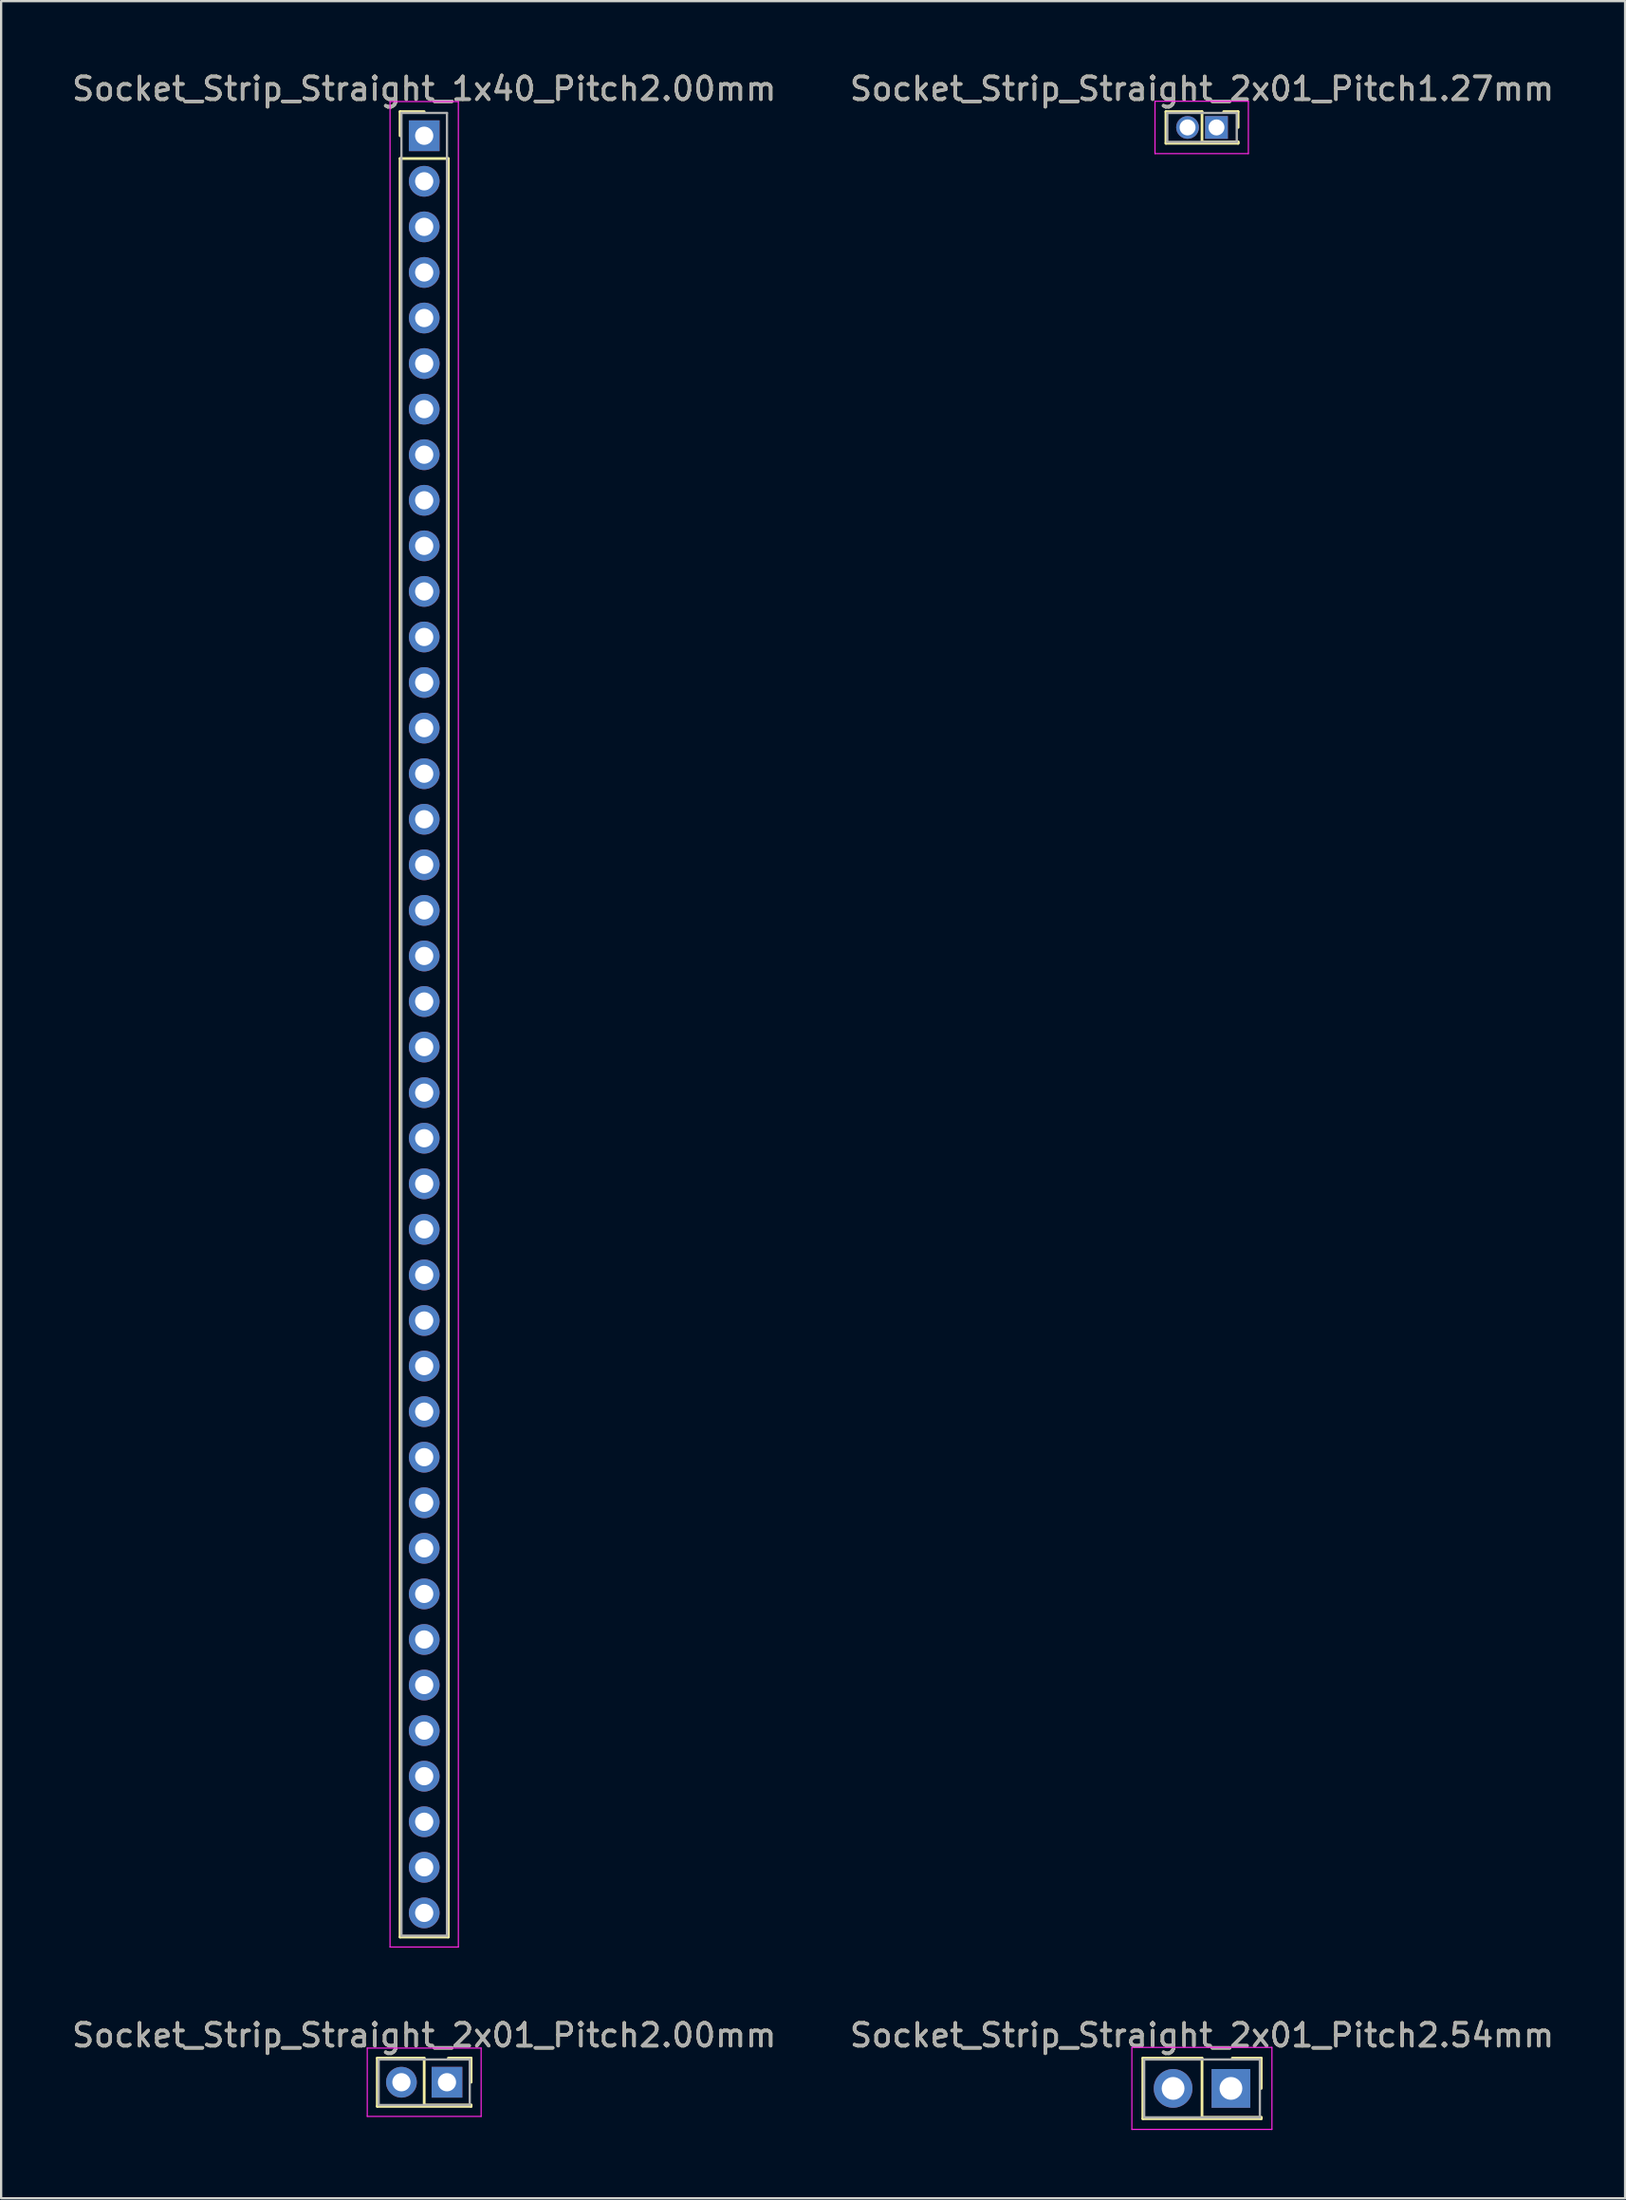
<source format=kicad_pcb>
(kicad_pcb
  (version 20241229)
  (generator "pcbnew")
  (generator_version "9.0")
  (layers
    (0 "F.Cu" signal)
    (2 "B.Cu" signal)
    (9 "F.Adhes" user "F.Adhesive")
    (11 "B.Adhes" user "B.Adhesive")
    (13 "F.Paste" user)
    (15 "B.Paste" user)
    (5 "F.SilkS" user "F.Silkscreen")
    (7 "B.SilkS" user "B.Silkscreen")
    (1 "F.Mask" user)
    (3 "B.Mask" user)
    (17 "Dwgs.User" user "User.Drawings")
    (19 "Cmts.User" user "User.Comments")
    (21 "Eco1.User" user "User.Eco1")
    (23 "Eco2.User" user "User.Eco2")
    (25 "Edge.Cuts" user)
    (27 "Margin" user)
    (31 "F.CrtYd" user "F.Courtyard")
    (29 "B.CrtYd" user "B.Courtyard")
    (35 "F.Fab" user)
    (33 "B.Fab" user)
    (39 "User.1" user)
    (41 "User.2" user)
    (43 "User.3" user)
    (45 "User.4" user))
  (footprint "Socket_Strip_Straight_2x01_Pitch2.00mm"
    (layer "F.Cu")
    (at 16.577 88.341)
    (property "Reference" "Socket_Strip_Straight_2x01_Pitch2.00mm" (at -1 -2.06 0) (layer "F.SilkS") (effects (font (size 1 1) (thickness 0.15))))
    (attr through_hole)
    (fp_line (start -3.06 -1.06) (end -1 -1.06) (stroke (width 0.12) (type solid)) (layer "F.SilkS"))
    (fp_line (start -3.06 1.06) (end -3.06 -1.06) (stroke (width 0.12) (type solid)) (layer "F.SilkS"))
    (fp_line (start -1 -1.06) (end -1 1) (stroke (width 0.12) (type solid)) (layer "F.SilkS"))
    (fp_line (start -1 1) (end 1.06 1) (stroke (width 0.12) (type solid)) (layer "F.SilkS"))
    (fp_line (start 1.06 -1.06) (end 0.06 -1.06) (stroke (width 0.12) (type solid)) (layer "F.SilkS"))
    (fp_line (start 1.06 0) (end 1.06 -1.06) (stroke (width 0.12) (type solid)) (layer "F.SilkS"))
    (fp_line (start 1.06 1) (end 1.06 1.06) (stroke (width 0.12) (type solid)) (layer "F.SilkS"))
    (fp_line (start 1.06 1.06) (end -3.06 1.06) (stroke (width 0.12) (type solid)) (layer "F.SilkS"))
    (fp_line (start -3.5 -1.5) (end -3.5 1.5) (stroke (width 0.05) (type solid)) (layer "F.CrtYd"))
    (fp_line (start -3.5 1.5) (end 1.5 1.5) (stroke (width 0.05) (type solid)) (layer "F.CrtYd"))
    (fp_line (start 1.5 -1.5) (end -3.5 -1.5) (stroke (width 0.05) (type solid)) (layer "F.CrtYd"))
    (fp_line (start 1.5 1.5) (end 1.5 -1.5) (stroke (width 0.05) (type solid)) (layer "F.CrtYd"))
    (fp_line (start -3 -1) (end -3 1) (stroke (width 0.1) (type solid)) (layer "F.Fab"))
    (fp_line (start -3 1) (end 1 1) (stroke (width 0.1) (type solid)) (layer "F.Fab"))
    (fp_line (start 1 -1) (end -3 -1) (stroke (width 0.1) (type solid)) (layer "F.Fab"))
    (fp_line (start 1 1) (end 1 -1) (stroke (width 0.1) (type solid)) (layer "F.Fab"))
    (fp_text user "${REFERENCE}" (at -1 -2.06 0) (layer "F.Fab") (effects (font (size 1 1) (thickness 0.15))))
    (pad "1" thru_hole rect (at 0 0) (size 1.35 1.35) (drill 0.8) (layers "*.Cu" "*.Mask"))
    (pad "2" thru_hole oval (at -2 0) (size 1.35 1.35) (drill 0.8) (layers "*.Cu" "*.Mask")))
  (footprint "Socket_Strip_Straight_1x40_Pitch2.00mm"
    (layer "F.Cu")
    (at 15.577 2.908)
    (property "Reference" "Socket_Strip_Straight_1x40_Pitch2.00mm" (at 0 -2.06 0) (layer "F.SilkS") (effects (font (size 1 1) (thickness 0.15))))
    (attr through_hole)
    (fp_line (start -1.06 -1.06) (end 0 -1.06) (stroke (width 0.12) (type solid)) (layer "F.SilkS"))
    (fp_line (start -1.06 0) (end -1.06 -1.06) (stroke (width 0.12) (type solid)) (layer "F.SilkS"))
    (fp_line (start -1.06 1) (end -1.06 79.06) (stroke (width 0.12) (type solid)) (layer "F.SilkS"))
    (fp_line (start -1.06 79.06) (end 1.06 79.06) (stroke (width 0.12) (type solid)) (layer "F.SilkS"))
    (fp_line (start 1.06 1) (end -1.06 1) (stroke (width 0.12) (type solid)) (layer "F.SilkS"))
    (fp_line (start 1.06 79.06) (end 1.06 1) (stroke (width 0.12) (type solid)) (layer "F.SilkS"))
    (fp_line (start -1.5 -1.5) (end -1.5 79.5) (stroke (width 0.05) (type solid)) (layer "F.CrtYd"))
    (fp_line (start -1.5 79.5) (end 1.5 79.5) (stroke (width 0.05) (type solid)) (layer "F.CrtYd"))
    (fp_line (start 1.5 -1.5) (end -1.5 -1.5) (stroke (width 0.05) (type solid)) (layer "F.CrtYd"))
    (fp_line (start 1.5 79.5) (end 1.5 -1.5) (stroke (width 0.05) (type solid)) (layer "F.CrtYd"))
    (fp_line (start -1 -1) (end -1 79) (stroke (width 0.1) (type solid)) (layer "F.Fab"))
    (fp_line (start -1 79) (end 1 79) (stroke (width 0.1) (type solid)) (layer "F.Fab"))
    (fp_line (start 1 -1) (end -1 -1) (stroke (width 0.1) (type solid)) (layer "F.Fab"))
    (fp_line (start 1 79) (end 1 -1) (stroke (width 0.1) (type solid)) (layer "F.Fab"))
    (fp_text user "${REFERENCE}" (at 0 -2.06 0) (layer "F.Fab") (effects (font (size 1 1) (thickness 0.15))))
    (pad "1" thru_hole rect (at 0 0) (size 1.35 1.35) (drill 0.8) (layers "*.Cu" "*.Mask"))
    (pad "2" thru_hole oval (at 0 2) (size 1.35 1.35) (drill 0.8) (layers "*.Cu" "*.Mask"))
    (pad "3" thru_hole oval (at 0 4) (size 1.35 1.35) (drill 0.8) (layers "*.Cu" "*.Mask"))
    (pad "4" thru_hole oval (at 0 6) (size 1.35 1.35) (drill 0.8) (layers "*.Cu" "*.Mask"))
    (pad "5" thru_hole oval (at 0 8) (size 1.35 1.35) (drill 0.8) (layers "*.Cu" "*.Mask"))
    (pad "6" thru_hole oval (at 0 10) (size 1.35 1.35) (drill 0.8) (layers "*.Cu" "*.Mask"))
    (pad "7" thru_hole oval (at 0 12) (size 1.35 1.35) (drill 0.8) (layers "*.Cu" "*.Mask"))
    (pad "8" thru_hole oval (at 0 14) (size 1.35 1.35) (drill 0.8) (layers "*.Cu" "*.Mask"))
    (pad "9" thru_hole oval (at 0 16) (size 1.35 1.35) (drill 0.8) (layers "*.Cu" "*.Mask"))
    (pad "10" thru_hole oval (at 0 18) (size 1.35 1.35) (drill 0.8) (layers "*.Cu" "*.Mask"))
    (pad "11" thru_hole oval (at 0 20) (size 1.35 1.35) (drill 0.8) (layers "*.Cu" "*.Mask"))
    (pad "12" thru_hole oval (at 0 22) (size 1.35 1.35) (drill 0.8) (layers "*.Cu" "*.Mask"))
    (pad "13" thru_hole oval (at 0 24) (size 1.35 1.35) (drill 0.8) (layers "*.Cu" "*.Mask"))
    (pad "14" thru_hole oval (at 0 26) (size 1.35 1.35) (drill 0.8) (layers "*.Cu" "*.Mask"))
    (pad "15" thru_hole oval (at 0 28) (size 1.35 1.35) (drill 0.8) (layers "*.Cu" "*.Mask"))
    (pad "16" thru_hole oval (at 0 30) (size 1.35 1.35) (drill 0.8) (layers "*.Cu" "*.Mask"))
    (pad "17" thru_hole oval (at 0 32) (size 1.35 1.35) (drill 0.8) (layers "*.Cu" "*.Mask"))
    (pad "18" thru_hole oval (at 0 34) (size 1.35 1.35) (drill 0.8) (layers "*.Cu" "*.Mask"))
    (pad "19" thru_hole oval (at 0 36) (size 1.35 1.35) (drill 0.8) (layers "*.Cu" "*.Mask"))
    (pad "20" thru_hole oval (at 0 38) (size 1.35 1.35) (drill 0.8) (layers "*.Cu" "*.Mask"))
    (pad "21" thru_hole oval (at 0 40) (size 1.35 1.35) (drill 0.8) (layers "*.Cu" "*.Mask"))
    (pad "22" thru_hole oval (at 0 42) (size 1.35 1.35) (drill 0.8) (layers "*.Cu" "*.Mask"))
    (pad "23" thru_hole oval (at 0 44) (size 1.35 1.35) (drill 0.8) (layers "*.Cu" "*.Mask"))
    (pad "24" thru_hole oval (at 0 46) (size 1.35 1.35) (drill 0.8) (layers "*.Cu" "*.Mask"))
    (pad "25" thru_hole oval (at 0 48) (size 1.35 1.35) (drill 0.8) (layers "*.Cu" "*.Mask"))
    (pad "26" thru_hole oval (at 0 50) (size 1.35 1.35) (drill 0.8) (layers "*.Cu" "*.Mask"))
    (pad "27" thru_hole oval (at 0 52) (size 1.35 1.35) (drill 0.8) (layers "*.Cu" "*.Mask"))
    (pad "28" thru_hole oval (at 0 54) (size 1.35 1.35) (drill 0.8) (layers "*.Cu" "*.Mask"))
    (pad "29" thru_hole oval (at 0 56) (size 1.35 1.35) (drill 0.8) (layers "*.Cu" "*.Mask"))
    (pad "30" thru_hole oval (at 0 58) (size 1.35 1.35) (drill 0.8) (layers "*.Cu" "*.Mask"))
    (pad "31" thru_hole oval (at 0 60) (size 1.35 1.35) (drill 0.8) (layers "*.Cu" "*.Mask"))
    (pad "32" thru_hole oval (at 0 62) (size 1.35 1.35) (drill 0.8) (layers "*.Cu" "*.Mask"))
    (pad "33" thru_hole oval (at 0 64) (size 1.35 1.35) (drill 0.8) (layers "*.Cu" "*.Mask"))
    (pad "34" thru_hole oval (at 0 66) (size 1.35 1.35) (drill 0.8) (layers "*.Cu" "*.Mask"))
    (pad "35" thru_hole oval (at 0 68) (size 1.35 1.35) (drill 0.8) (layers "*.Cu" "*.Mask"))
    (pad "36" thru_hole oval (at 0 70) (size 1.35 1.35) (drill 0.8) (layers "*.Cu" "*.Mask"))
    (pad "37" thru_hole oval (at 0 72) (size 1.35 1.35) (drill 0.8) (layers "*.Cu" "*.Mask"))
    (pad "38" thru_hole oval (at 0 74) (size 1.35 1.35) (drill 0.8) (layers "*.Cu" "*.Mask"))
    (pad "39" thru_hole oval (at 0 76) (size 1.35 1.35) (drill 0.8) (layers "*.Cu" "*.Mask"))
    (pad "40" thru_hole oval (at 0 78) (size 1.35 1.35) (drill 0.8) (layers "*.Cu" "*.Mask")))
  (footprint "Socket_Strip_Straight_2x01_Pitch2.54mm"
    (layer "F.Cu")
    (at 51.002 88.612)
    (property "Reference" "Socket_Strip_Straight_2x01_Pitch2.54mm" (at -1.27 -2.33 0) (layer "F.SilkS") (effects (font (size 1 1) (thickness 0.15))))
    (attr through_hole)
    (fp_line (start -3.87 -1.33) (end -1.27 -1.33) (stroke (width 0.12) (type solid)) (layer "F.SilkS"))
    (fp_line (start -3.87 1.33) (end -3.87 -1.33) (stroke (width 0.12) (type solid)) (layer "F.SilkS"))
    (fp_line (start -1.27 -1.33) (end -1.27 1.27) (stroke (width 0.12) (type solid)) (layer "F.SilkS"))
    (fp_line (start -1.27 1.27) (end 1.33 1.27) (stroke (width 0.12) (type solid)) (layer "F.SilkS"))
    (fp_line (start 1.33 -1.33) (end 0.06 -1.33) (stroke (width 0.12) (type solid)) (layer "F.SilkS"))
    (fp_line (start 1.33 0) (end 1.33 -1.33) (stroke (width 0.12) (type solid)) (layer "F.SilkS"))
    (fp_line (start 1.33 1.27) (end 1.33 1.33) (stroke (width 0.12) (type solid)) (layer "F.SilkS"))
    (fp_line (start 1.33 1.33) (end -3.87 1.33) (stroke (width 0.12) (type solid)) (layer "F.SilkS"))
    (fp_line (start -4.35 -1.8) (end -4.35 1.8) (stroke (width 0.05) (type solid)) (layer "F.CrtYd"))
    (fp_line (start -4.35 1.8) (end 1.8 1.8) (stroke (width 0.05) (type solid)) (layer "F.CrtYd"))
    (fp_line (start 1.8 -1.8) (end -4.35 -1.8) (stroke (width 0.05) (type solid)) (layer "F.CrtYd"))
    (fp_line (start 1.8 1.8) (end 1.8 -1.8) (stroke (width 0.05) (type solid)) (layer "F.CrtYd"))
    (fp_line (start -3.81 -1.27) (end -3.81 1.27) (stroke (width 0.1) (type solid)) (layer "F.Fab"))
    (fp_line (start -3.81 1.27) (end 1.27 1.27) (stroke (width 0.1) (type solid)) (layer "F.Fab"))
    (fp_line (start 1.27 -1.27) (end -3.81 -1.27) (stroke (width 0.1) (type solid)) (layer "F.Fab"))
    (fp_line (start 1.27 1.27) (end 1.27 -1.27) (stroke (width 0.1) (type solid)) (layer "F.Fab"))
    (fp_text user "${REFERENCE}" (at -1.27 -2.33 0) (layer "F.Fab") (effects (font (size 1 1) (thickness 0.15))))
    (pad "1" thru_hole rect (at 0 0) (size 1.7 1.7) (drill 1) (layers "*.Cu" "*.Mask"))
    (pad "2" thru_hole oval (at -2.54 0) (size 1.7 1.7) (drill 1) (layers "*.Cu" "*.Mask")))
  (footprint "Socket_Strip_Straight_2x01_Pitch1.27mm"
    (layer "F.Cu")
    (at 50.367 2.543)
    (property "Reference" "Socket_Strip_Straight_2x01_Pitch1.27mm" (at -0.635 -1.695 0) (layer "F.SilkS") (effects (font (size 1 1) (thickness 0.15))))
    (attr through_hole)
    (fp_line (start -2.22 -0.695) (end -0.635 -0.695) (stroke (width 0.12) (type solid)) (layer "F.SilkS"))
    (fp_line (start -2.22 0.695) (end -2.22 -0.695) (stroke (width 0.12) (type solid)) (layer "F.SilkS"))
    (fp_line (start -0.635 -0.695) (end -0.635 0.635) (stroke (width 0.12) (type solid)) (layer "F.SilkS"))
    (fp_line (start -0.635 0.635) (end 0.95 0.635) (stroke (width 0.12) (type solid)) (layer "F.SilkS"))
    (fp_line (start 0.95 -0.695) (end 0.315 -0.695) (stroke (width 0.12) (type solid)) (layer "F.SilkS"))
    (fp_line (start 0.95 0) (end 0.95 -0.695) (stroke (width 0.12) (type solid)) (layer "F.SilkS"))
    (fp_line (start 0.95 0.635) (end 0.95 0.695) (stroke (width 0.12) (type solid)) (layer "F.SilkS"))
    (fp_line (start 0.95 0.695) (end -2.22 0.695) (stroke (width 0.12) (type solid)) (layer "F.SilkS"))
    (fp_line (start -2.7 -1.15) (end -2.7 1.15) (stroke (width 0.05) (type solid)) (layer "F.CrtYd"))
    (fp_line (start -2.7 1.15) (end 1.4 1.15) (stroke (width 0.05) (type solid)) (layer "F.CrtYd"))
    (fp_line (start 1.4 -1.15) (end -2.7 -1.15) (stroke (width 0.05) (type solid)) (layer "F.CrtYd"))
    (fp_line (start 1.4 1.15) (end 1.4 -1.15) (stroke (width 0.05) (type solid)) (layer "F.CrtYd"))
    (fp_line (start -2.16 -0.635) (end -2.16 0.635) (stroke (width 0.1) (type solid)) (layer "F.Fab"))
    (fp_line (start -2.16 0.635) (end 0.89 0.635) (stroke (width 0.1) (type solid)) (layer "F.Fab"))
    (fp_line (start 0.89 -0.635) (end -2.16 -0.635) (stroke (width 0.1) (type solid)) (layer "F.Fab"))
    (fp_line (start 0.89 0.635) (end 0.89 -0.635) (stroke (width 0.1) (type solid)) (layer "F.Fab"))
    (fp_text user "${REFERENCE}" (at -0.635 -1.695 0) (layer "F.Fab") (effects (font (size 1 1) (thickness 0.15))))
    (pad "1" thru_hole rect (at 0 0) (size 1 1) (drill 0.7) (layers "*.Cu" "*.Mask"))
    (pad "2" thru_hole oval (at -1.27 0) (size 1 1) (drill 0.7) (layers "*.Cu" "*.Mask")))
  (gr_rect
    (start -3 -3)
    (end 68.31 93.436)
    (stroke (width 0.1) (type default))
    (fill no)
    (layer "Edge.Cuts")))
</source>
